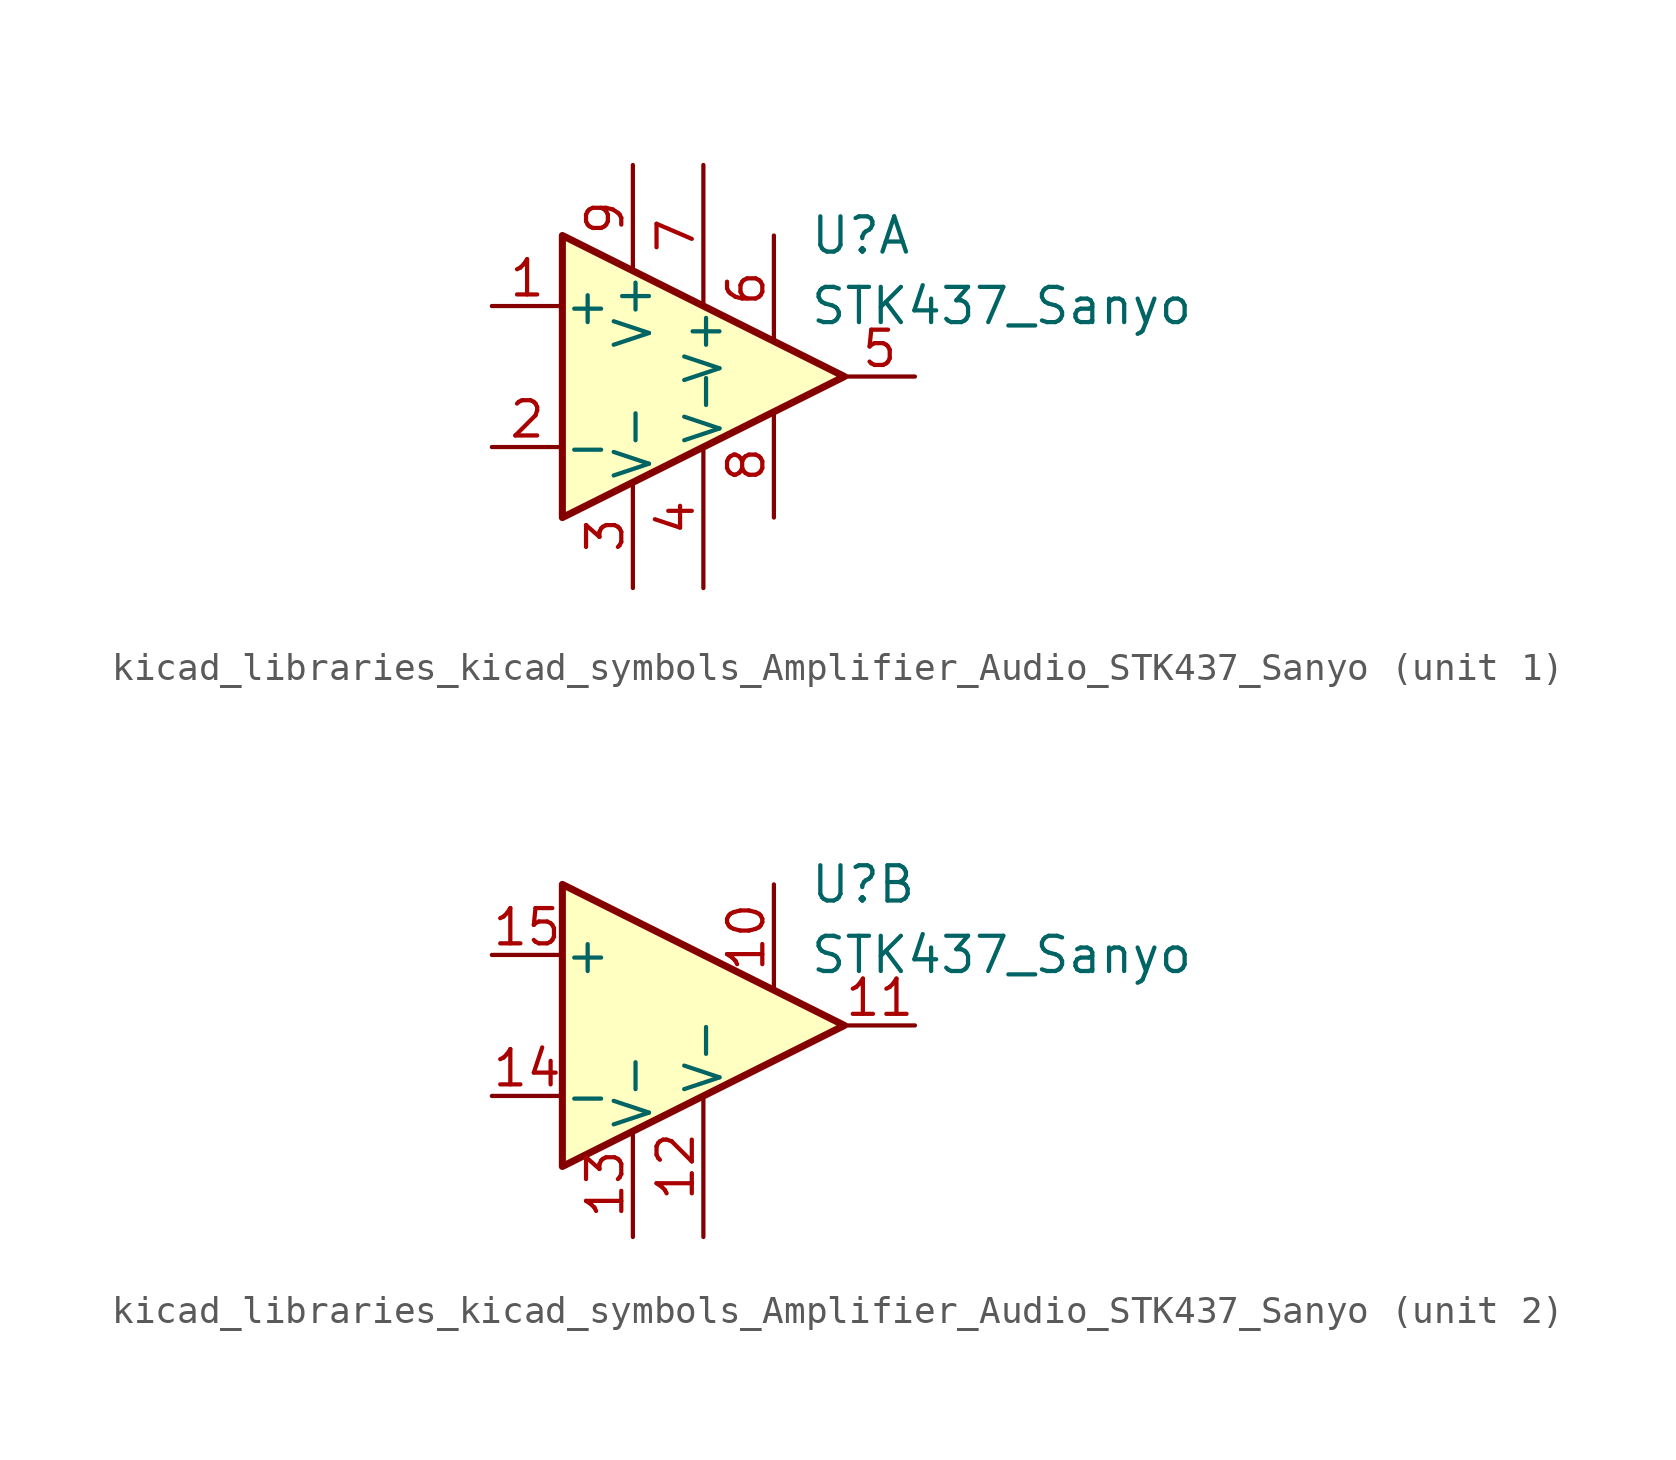
<source format=kicad_sym>
(kicad_symbol_lib
  (version 20220914)
  (generator kicad_symbol_editor)
  (symbol "kicad_libraries_kicad_symbols_Amplifier_Audio_STK437_Sanyo"
    (pin_names
      (offset 0.025))
    (property "Reference" "U"
      (at 3.81 5.08 0)
      (effects (font (size 1.27 1.27)) (justify left)))
    (property "Value" "STK437_Sanyo"
      (at 3.81 2.54 0)
      (effects (font (size 1.27 1.27)) (justify left)))
    (symbol "kicad_libraries_kicad_symbols_Amplifier_Audio_STK437_Sanyo_0_1"
      (polyline (pts (xy -5.08 5.08) (xy 5.08 0) (xy -5.08 -5.08) (xy -5.08 5.08)) (stroke (width 0.254) (type default)) (fill (type background))))
    (symbol "kicad_libraries_kicad_symbols_Amplifier_Audio_STK437_Sanyo_1_1"
      (pin input line (at -7.62 2.54 0) (length 2.54) (name "+" (effects (font (size 1.27 1.27)))) (number "1" (effects (font (size 1.27 1.27)))))
      (pin input line (at -7.62 -2.54 0) (length 2.54) (name "-" (effects (font (size 1.27 1.27)))) (number "2" (effects (font (size 1.27 1.27)))))
      (pin power_in line (at -2.54 -7.62 90) (length 3.81) (name "V-" (effects (font (size 1.27 1.27)))) (number "3" (effects (font (size 1.27 1.27)))))
      (pin power_in line (at 0 -7.62 90) (length 5.08) (name "V-" (effects (font (size 1.27 1.27)))) (number "4" (effects (font (size 1.27 1.27)))))
      (pin output line (at 7.62 0 180) (length 2.54) (name "~" (effects (font (size 1.27 1.27)))) (number "5" (effects (font (size 1.27 1.27)))))
      (pin passive line (at 2.54 5.08 270) (length 3.81) (name "~" (effects (font (size 1.27 1.27)))) (number "6" (effects (font (size 1.27 1.27)))))
      (pin power_in line (at 0 7.62 270) (length 5.08) (name "V+" (effects (font (size 1.27 1.27)))) (number "7" (effects (font (size 1.27 1.27)))))
      (pin power_in line (at 2.54 -5.08 90) (length 3.81) (name "~" (effects (font (size 1.27 1.27)))) (number "8" (effects (font (size 1.27 1.27)))))
      (pin power_in line (at -2.54 7.62 270) (length 3.81) (name "V+" (effects (font (size 1.27 1.27)))) (number "9" (effects (font (size 1.27 1.27))))))
    (symbol "kicad_libraries_kicad_symbols_Amplifier_Audio_STK437_Sanyo_2_1"
      (pin passive line (at 2.54 5.08 270) (length 3.81) (name "~" (effects (font (size 1.27 1.27)))) (number "10" (effects (font (size 1.27 1.27)))))
      (pin output line (at 7.62 0 180) (length 2.54) (name "~" (effects (font (size 1.27 1.27)))) (number "11" (effects (font (size 1.27 1.27)))))
      (pin power_in line (at 0 -7.62 90) (length 5.08) (name "V-" (effects (font (size 1.27 1.27)))) (number "12" (effects (font (size 1.27 1.27)))))
      (pin power_in line (at -2.54 -7.62 90) (length 3.81) (name "V-" (effects (font (size 1.27 1.27)))) (number "13" (effects (font (size 1.27 1.27)))))
      (pin input line (at -7.62 -2.54 0) (length 2.54) (name "-" (effects (font (size 1.27 1.27)))) (number "14" (effects (font (size 1.27 1.27)))))
      (pin input line (at -7.62 2.54 0) (length 2.54) (name "+" (effects (font (size 1.27 1.27)))) (number "15" (effects (font (size 1.27 1.27))))))))
</source>
